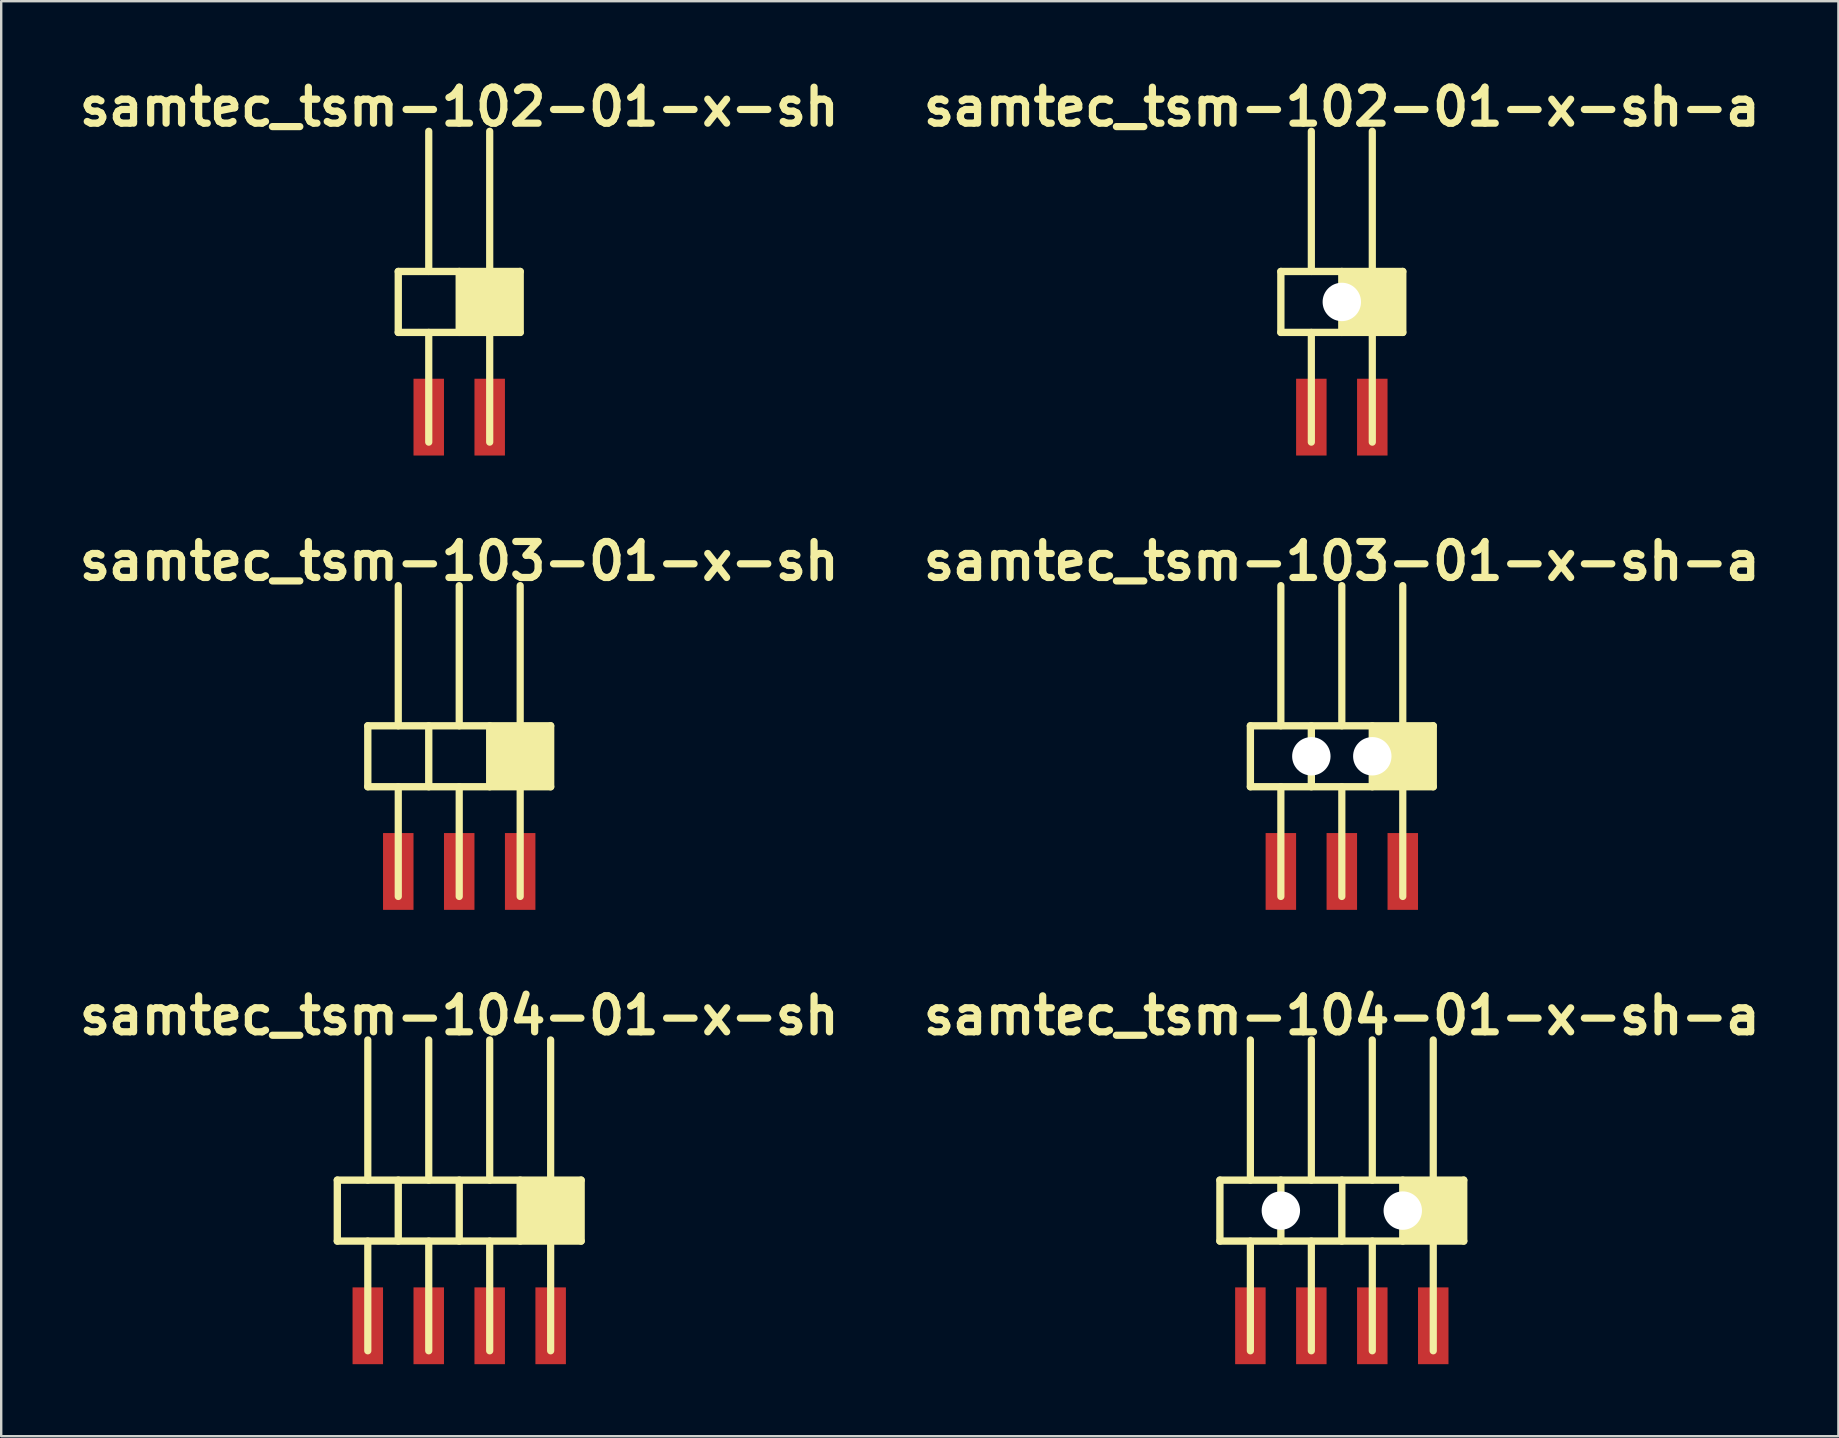
<source format=kicad_pcb>
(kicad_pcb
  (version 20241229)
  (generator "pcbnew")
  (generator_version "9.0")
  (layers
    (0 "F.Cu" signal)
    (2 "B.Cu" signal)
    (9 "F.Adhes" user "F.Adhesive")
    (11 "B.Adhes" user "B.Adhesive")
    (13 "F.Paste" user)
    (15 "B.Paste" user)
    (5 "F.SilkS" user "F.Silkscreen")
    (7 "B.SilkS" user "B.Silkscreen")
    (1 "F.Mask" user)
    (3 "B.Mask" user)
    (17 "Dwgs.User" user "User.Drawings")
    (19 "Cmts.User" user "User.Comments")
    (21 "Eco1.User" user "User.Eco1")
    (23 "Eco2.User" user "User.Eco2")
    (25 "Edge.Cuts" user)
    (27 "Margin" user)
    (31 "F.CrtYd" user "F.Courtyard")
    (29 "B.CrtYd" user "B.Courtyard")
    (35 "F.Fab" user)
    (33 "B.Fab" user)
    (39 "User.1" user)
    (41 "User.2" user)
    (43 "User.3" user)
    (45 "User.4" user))
  (footprint "samtec_tsm-102-01-x-sh-a"
    (layer "F.Cu")
    (at 52.864 9.532)
    (property "Reference" "samtec_tsm-102-01-x-sh-a" (at 0 -8.128 0) (layer "F.SilkS") (effects (font (size 1.5 1.5) (thickness 0.3))))
    (attr smd)
    (fp_line (start -2.54 -1.27) (end 2.54 -1.27) (stroke (width 0.305) (type solid)) (layer "F.SilkS"))
    (fp_line (start -2.54 1.27) (end -2.54 -1.27) (stroke (width 0.305) (type solid)) (layer "F.SilkS"))
    (fp_line (start -1.27 -1.27) (end -1.27 -7.112) (stroke (width 0.3) (type solid)) (layer "F.SilkS"))
    (fp_line (start -1.27 5.842) (end -1.27 1.27) (stroke (width 0.3) (type solid)) (layer "F.SilkS"))
    (fp_line (start 0 -1.27) (end 0 1.27) (stroke (width 0.305) (type solid)) (layer "F.SilkS"))
    (fp_line (start 1.27 -1.27) (end 1.27 -7.112) (stroke (width 0.3) (type solid)) (layer "F.SilkS"))
    (fp_line (start 1.27 5.842) (end 1.27 1.27) (stroke (width 0.3) (type solid)) (layer "F.SilkS"))
    (fp_line (start 2.54 -1.27) (end 2.54 1.27) (stroke (width 0.305) (type solid)) (layer "F.SilkS"))
    (fp_line (start 2.54 1.27) (end -2.54 1.27) (stroke (width 0.305) (type solid)) (layer "F.SilkS"))
    (fp_poly (pts (xy 2.54 1.27) (xy 0 1.27) (xy 0 -1.27) (xy 2.54 -1.27)) (stroke (width 0.1) (type solid)) (fill yes) (layer "F.SilkS"))
    (pad "" np_thru_hole circle (at 0 0) (size 1.6 1.6) (drill 1.6) (layers "*.Cu"))
    (pad "1" smd rect (at 1.27 4.8) (size 1.27 3.2) (layers "F.Cu" "F.Mask" "F.Paste"))
    (pad "2" smd rect (at -1.27 4.8) (size 1.27 3.2) (layers "F.Cu" "F.Mask" "F.Paste")))
  (footprint "samtec_tsm-104-01-x-sh-a"
    (layer "F.Cu")
    (at 52.864 47.396)
    (property "Reference" "samtec_tsm-104-01-x-sh-a" (at 0 -8.128 0) (layer "F.SilkS") (effects (font (size 1.5 1.5) (thickness 0.3))))
    (attr smd)
    (fp_line (start -5.08 -1.27) (end 5.08 -1.27) (stroke (width 0.305) (type solid)) (layer "F.SilkS"))
    (fp_line (start -5.08 1.27) (end -5.08 -1.27) (stroke (width 0.305) (type solid)) (layer "F.SilkS"))
    (fp_line (start -3.81 -1.27) (end -3.81 -7.112) (stroke (width 0.3) (type solid)) (layer "F.SilkS"))
    (fp_line (start -3.81 5.842) (end -3.81 1.27) (stroke (width 0.3) (type solid)) (layer "F.SilkS"))
    (fp_line (start -2.54 1.27) (end -2.54 -1.27) (stroke (width 0.305) (type solid)) (layer "F.SilkS"))
    (fp_line (start -1.27 -1.27) (end -1.27 -7.112) (stroke (width 0.3) (type solid)) (layer "F.SilkS"))
    (fp_line (start -1.27 5.842) (end -1.27 1.27) (stroke (width 0.3) (type solid)) (layer "F.SilkS"))
    (fp_line (start 0 1.27) (end 0 -1.27) (stroke (width 0.305) (type solid)) (layer "F.SilkS"))
    (fp_line (start 1.27 -1.27) (end 1.27 -7.112) (stroke (width 0.3) (type solid)) (layer "F.SilkS"))
    (fp_line (start 1.27 5.842) (end 1.27 1.27) (stroke (width 0.3) (type solid)) (layer "F.SilkS"))
    (fp_line (start 2.54 -1.27) (end 2.54 1.27) (stroke (width 0.305) (type solid)) (layer "F.SilkS"))
    (fp_line (start 3.81 -1.27) (end 3.81 -7.112) (stroke (width 0.3) (type solid)) (layer "F.SilkS"))
    (fp_line (start 3.81 5.842) (end 3.81 1.27) (stroke (width 0.3) (type solid)) (layer "F.SilkS"))
    (fp_line (start 5.08 -1.27) (end 5.08 1.27) (stroke (width 0.305) (type solid)) (layer "F.SilkS"))
    (fp_line (start 5.08 1.27) (end -5.08 1.27) (stroke (width 0.305) (type solid)) (layer "F.SilkS"))
    (fp_poly (pts (xy 5.08 1.27) (xy 2.54 1.27) (xy 2.54 -1.27) (xy 5.08 -1.27)) (stroke (width 0.1) (type solid)) (fill yes) (layer "F.SilkS"))
    (pad "" np_thru_hole circle (at -2.54 0) (size 1.6 1.6) (drill 1.6) (layers "*.Cu"))
    (pad "" np_thru_hole circle (at 2.54 0) (size 1.6 1.6) (drill 1.6) (layers "*.Cu"))
    (pad "1" smd rect (at 3.81 4.8) (size 1.27 3.2) (layers "F.Cu" "F.Mask" "F.Paste"))
    (pad "2" smd rect (at 1.27 4.8) (size 1.27 3.2) (layers "F.Cu" "F.Mask" "F.Paste"))
    (pad "3" smd rect (at -1.27 4.8) (size 1.27 3.2) (layers "F.Cu" "F.Mask" "F.Paste"))
    (pad "4" smd rect (at -3.81 4.8) (size 1.27 3.2) (layers "F.Cu" "F.Mask" "F.Paste")))
  (footprint "samtec_tsm-104-01-x-sh"
    (layer "F.Cu")
    (at 16.086 47.396)
    (property "Reference" "samtec_tsm-104-01-x-sh" (at 0 -8.128 0) (layer "F.SilkS") (effects (font (size 1.5 1.5) (thickness 0.3))))
    (attr smd)
    (fp_line (start -5.08 -1.27) (end 5.08 -1.27) (stroke (width 0.305) (type solid)) (layer "F.SilkS"))
    (fp_line (start -5.08 1.27) (end -5.08 -1.27) (stroke (width 0.305) (type solid)) (layer "F.SilkS"))
    (fp_line (start -3.81 -1.27) (end -3.81 -7.112) (stroke (width 0.3) (type solid)) (layer "F.SilkS"))
    (fp_line (start -3.81 5.842) (end -3.81 1.27) (stroke (width 0.3) (type solid)) (layer "F.SilkS"))
    (fp_line (start -2.54 1.27) (end -2.54 -1.27) (stroke (width 0.305) (type solid)) (layer "F.SilkS"))
    (fp_line (start -1.27 -1.27) (end -1.27 -7.112) (stroke (width 0.3) (type solid)) (layer "F.SilkS"))
    (fp_line (start -1.27 5.842) (end -1.27 1.27) (stroke (width 0.3) (type solid)) (layer "F.SilkS"))
    (fp_line (start 0 1.27) (end 0 -1.27) (stroke (width 0.305) (type solid)) (layer "F.SilkS"))
    (fp_line (start 1.27 -1.27) (end 1.27 -7.112) (stroke (width 0.3) (type solid)) (layer "F.SilkS"))
    (fp_line (start 1.27 5.842) (end 1.27 1.27) (stroke (width 0.3) (type solid)) (layer "F.SilkS"))
    (fp_line (start 2.54 -1.27) (end 2.54 1.27) (stroke (width 0.305) (type solid)) (layer "F.SilkS"))
    (fp_line (start 3.81 -1.27) (end 3.81 -7.112) (stroke (width 0.3) (type solid)) (layer "F.SilkS"))
    (fp_line (start 3.81 5.842) (end 3.81 1.27) (stroke (width 0.3) (type solid)) (layer "F.SilkS"))
    (fp_line (start 5.08 -1.27) (end 5.08 1.27) (stroke (width 0.305) (type solid)) (layer "F.SilkS"))
    (fp_line (start 5.08 1.27) (end -5.08 1.27) (stroke (width 0.305) (type solid)) (layer "F.SilkS"))
    (fp_poly (pts (xy 5.08 1.27) (xy 2.54 1.27) (xy 2.54 -1.27) (xy 5.08 -1.27)) (stroke (width 0.1) (type solid)) (fill yes) (layer "F.SilkS"))
    (pad "1" smd rect (at 3.81 4.8) (size 1.27 3.2) (layers "F.Cu" "F.Mask" "F.Paste"))
    (pad "2" smd rect (at 1.27 4.8) (size 1.27 3.2) (layers "F.Cu" "F.Mask" "F.Paste"))
    (pad "3" smd rect (at -1.27 4.8) (size 1.27 3.2) (layers "F.Cu" "F.Mask" "F.Paste"))
    (pad "4" smd rect (at -3.81 4.8) (size 1.27 3.2) (layers "F.Cu" "F.Mask" "F.Paste")))
  (footprint "samtec_tsm-103-01-x-sh"
    (layer "F.Cu")
    (at 16.086 28.464)
    (property "Reference" "samtec_tsm-103-01-x-sh" (at 0 -8.128 0) (layer "F.SilkS") (effects (font (size 1.5 1.5) (thickness 0.3))))
    (attr smd)
    (fp_line (start -3.81 -1.27) (end 3.81 -1.27) (stroke (width 0.305) (type solid)) (layer "F.SilkS"))
    (fp_line (start -3.81 1.27) (end -3.81 -1.27) (stroke (width 0.305) (type solid)) (layer "F.SilkS"))
    (fp_line (start -2.54 -1.27) (end -2.54 -7.112) (stroke (width 0.3) (type solid)) (layer "F.SilkS"))
    (fp_line (start -2.54 5.842) (end -2.54 1.27) (stroke (width 0.3) (type solid)) (layer "F.SilkS"))
    (fp_line (start -1.27 1.27) (end -1.27 -1.27) (stroke (width 0.305) (type solid)) (layer "F.SilkS"))
    (fp_line (start 0 -1.27) (end 0 -7.112) (stroke (width 0.3) (type solid)) (layer "F.SilkS"))
    (fp_line (start 0 5.842) (end 0 1.27) (stroke (width 0.3) (type solid)) (layer "F.SilkS"))
    (fp_line (start 1.27 -1.27) (end 1.27 1.27) (stroke (width 0.305) (type solid)) (layer "F.SilkS"))
    (fp_line (start 2.54 -1.27) (end 2.54 -7.112) (stroke (width 0.3) (type solid)) (layer "F.SilkS"))
    (fp_line (start 2.54 5.842) (end 2.54 1.27) (stroke (width 0.3) (type solid)) (layer "F.SilkS"))
    (fp_line (start 3.81 -1.27) (end 3.81 1.27) (stroke (width 0.305) (type solid)) (layer "F.SilkS"))
    (fp_line (start 3.81 1.27) (end -3.81 1.27) (stroke (width 0.305) (type solid)) (layer "F.SilkS"))
    (fp_poly (pts (xy 3.81 1.27) (xy 1.27 1.27) (xy 1.27 -1.27) (xy 3.81 -1.27)) (stroke (width 0.1) (type solid)) (fill yes) (layer "F.SilkS"))
    (pad "1" smd rect (at 2.54 4.8) (size 1.27 3.2) (layers "F.Cu" "F.Mask" "F.Paste"))
    (pad "2" smd rect (at 0 4.8) (size 1.27 3.2) (layers "F.Cu" "F.Mask" "F.Paste"))
    (pad "3" smd rect (at -2.54 4.8) (size 1.27 3.2) (layers "F.Cu" "F.Mask" "F.Paste")))
  (footprint "samtec_tsm-103-01-x-sh-a"
    (layer "F.Cu")
    (at 52.864 28.464)
    (property "Reference" "samtec_tsm-103-01-x-sh-a" (at 0 -8.128 0) (layer "F.SilkS") (effects (font (size 1.5 1.5) (thickness 0.3))))
    (attr smd)
    (fp_line (start -3.81 -1.27) (end 3.81 -1.27) (stroke (width 0.305) (type solid)) (layer "F.SilkS"))
    (fp_line (start -3.81 1.27) (end -3.81 -1.27) (stroke (width 0.305) (type solid)) (layer "F.SilkS"))
    (fp_line (start -2.54 -1.27) (end -2.54 -7.112) (stroke (width 0.3) (type solid)) (layer "F.SilkS"))
    (fp_line (start -2.54 5.842) (end -2.54 1.27) (stroke (width 0.3) (type solid)) (layer "F.SilkS"))
    (fp_line (start -1.27 1.27) (end -1.27 -1.27) (stroke (width 0.305) (type solid)) (layer "F.SilkS"))
    (fp_line (start 0 -1.27) (end 0 -7.112) (stroke (width 0.3) (type solid)) (layer "F.SilkS"))
    (fp_line (start 0 5.842) (end 0 1.27) (stroke (width 0.3) (type solid)) (layer "F.SilkS"))
    (fp_line (start 1.27 -1.27) (end 1.27 1.27) (stroke (width 0.305) (type solid)) (layer "F.SilkS"))
    (fp_line (start 2.54 -1.27) (end 2.54 -7.112) (stroke (width 0.3) (type solid)) (layer "F.SilkS"))
    (fp_line (start 2.54 5.842) (end 2.54 1.27) (stroke (width 0.3) (type solid)) (layer "F.SilkS"))
    (fp_line (start 3.81 -1.27) (end 3.81 1.27) (stroke (width 0.305) (type solid)) (layer "F.SilkS"))
    (fp_line (start 3.81 1.27) (end -3.81 1.27) (stroke (width 0.305) (type solid)) (layer "F.SilkS"))
    (fp_poly (pts (xy 3.81 1.27) (xy 1.27 1.27) (xy 1.27 -1.27) (xy 3.81 -1.27)) (stroke (width 0.1) (type solid)) (fill yes) (layer "F.SilkS"))
    (pad "" np_thru_hole circle (at -1.27 0) (size 1.6 1.6) (drill 1.6) (layers "*.Cu"))
    (pad "" np_thru_hole circle (at 1.27 0) (size 1.6 1.6) (drill 1.6) (layers "*.Cu"))
    (pad "1" smd rect (at 2.54 4.8) (size 1.27 3.2) (layers "F.Cu" "F.Mask" "F.Paste"))
    (pad "2" smd rect (at 0 4.8) (size 1.27 3.2) (layers "F.Cu" "F.Mask" "F.Paste"))
    (pad "3" smd rect (at -2.54 4.8) (size 1.27 3.2) (layers "F.Cu" "F.Mask" "F.Paste")))
  (footprint "samtec_tsm-102-01-x-sh"
    (layer "F.Cu")
    (at 16.086 9.532)
    (property "Reference" "samtec_tsm-102-01-x-sh" (at 0 -8.128 0) (layer "F.SilkS") (effects (font (size 1.5 1.5) (thickness 0.3))))
    (attr smd)
    (fp_line (start -2.54 -1.27) (end 2.54 -1.27) (stroke (width 0.305) (type solid)) (layer "F.SilkS"))
    (fp_line (start -2.54 1.27) (end -2.54 -1.27) (stroke (width 0.305) (type solid)) (layer "F.SilkS"))
    (fp_line (start -1.27 -1.27) (end -1.27 -7.112) (stroke (width 0.3) (type solid)) (layer "F.SilkS"))
    (fp_line (start -1.27 5.842) (end -1.27 1.27) (stroke (width 0.3) (type solid)) (layer "F.SilkS"))
    (fp_line (start 0 -1.27) (end 0 1.27) (stroke (width 0.305) (type solid)) (layer "F.SilkS"))
    (fp_line (start 1.27 -1.27) (end 1.27 -7.112) (stroke (width 0.3) (type solid)) (layer "F.SilkS"))
    (fp_line (start 1.27 5.842) (end 1.27 1.27) (stroke (width 0.3) (type solid)) (layer "F.SilkS"))
    (fp_line (start 2.54 -1.27) (end 2.54 1.27) (stroke (width 0.305) (type solid)) (layer "F.SilkS"))
    (fp_line (start 2.54 1.27) (end -2.54 1.27) (stroke (width 0.305) (type solid)) (layer "F.SilkS"))
    (fp_poly (pts (xy 2.54 1.27) (xy 0 1.27) (xy 0 -1.27) (xy 2.54 -1.27)) (stroke (width 0.1) (type solid)) (fill yes) (layer "F.SilkS"))
    (pad "1" smd rect (at 1.27 4.8) (size 1.27 3.2) (layers "F.Cu" "F.Mask" "F.Paste"))
    (pad "2" smd rect (at -1.27 4.8) (size 1.27 3.2) (layers "F.Cu" "F.Mask" "F.Paste")))
  (gr_rect
    (start -3 -3)
    (end 73.557 56.796)
    (stroke (width 0.1) (type default))
    (fill no)
    (layer "Edge.Cuts")))
</source>
